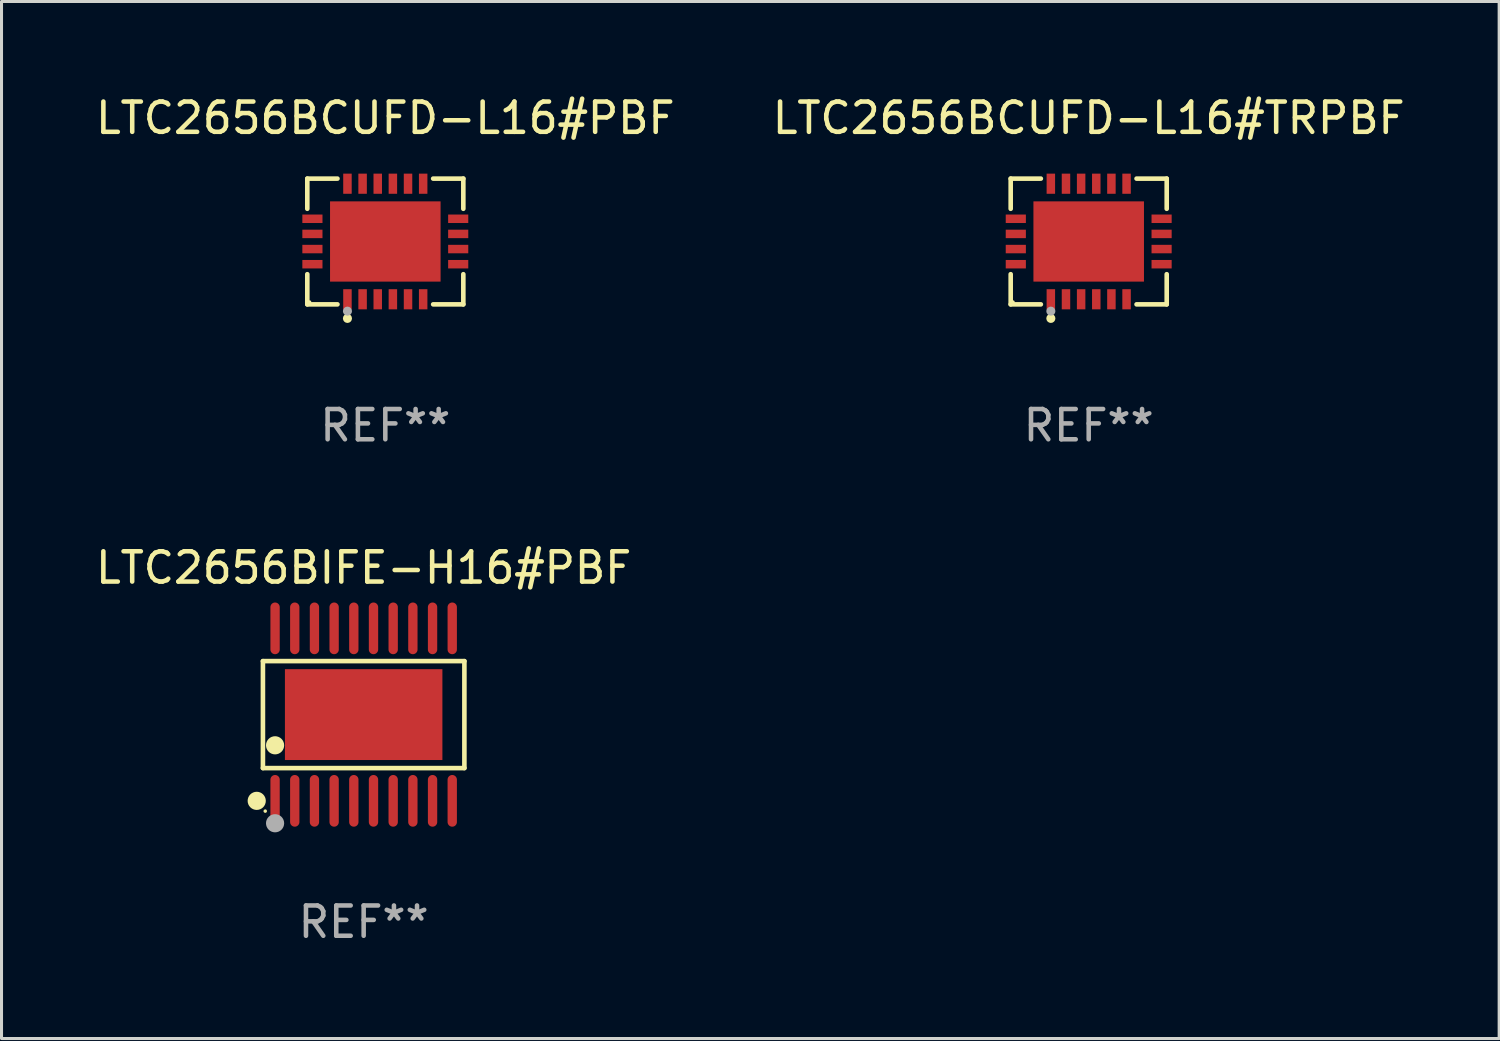
<source format=kicad_pcb>
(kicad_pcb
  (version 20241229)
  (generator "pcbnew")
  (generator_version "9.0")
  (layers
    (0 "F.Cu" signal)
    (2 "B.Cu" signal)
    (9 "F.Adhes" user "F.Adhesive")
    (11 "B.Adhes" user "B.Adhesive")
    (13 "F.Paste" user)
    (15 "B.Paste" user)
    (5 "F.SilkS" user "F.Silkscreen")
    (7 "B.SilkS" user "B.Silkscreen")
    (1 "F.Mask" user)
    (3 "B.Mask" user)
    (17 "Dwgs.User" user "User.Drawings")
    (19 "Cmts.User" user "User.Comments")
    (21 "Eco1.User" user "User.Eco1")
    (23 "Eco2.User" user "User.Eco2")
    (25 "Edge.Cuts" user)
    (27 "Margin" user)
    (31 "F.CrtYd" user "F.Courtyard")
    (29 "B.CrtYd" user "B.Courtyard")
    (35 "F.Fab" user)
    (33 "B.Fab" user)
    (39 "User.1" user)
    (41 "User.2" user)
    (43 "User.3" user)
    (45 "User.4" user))
  (footprint "LTC2656BIFE-H16#PBF"
    (layer "F.Cu")
    (at 8.958 20.546)
    (property "Reference" "LTC2656BIFE-H16#PBF" (at 0 -4.848 0) (layer "F.SilkS") (effects (font (size 1 1) (thickness 0.15))))
    (attr through_hole)
    (fp_line (start -3.326 -1.766) (end 3.326 -1.766) (stroke (width 0.152) (type solid)) (layer "F.SilkS"))
    (fp_line (start -3.326 1.766) (end -3.326 -1.766) (stroke (width 0.152) (type solid)) (layer "F.SilkS"))
    (fp_line (start 3.326 -1.766) (end 3.326 1.766) (stroke (width 0.152) (type solid)) (layer "F.SilkS"))
    (fp_line (start 3.326 1.766) (end -3.326 1.766) (stroke (width 0.152) (type solid)) (layer "F.SilkS"))
    (fp_circle (center -3.531 2.848) (end -3.381 2.848) (stroke (width 0.3) (type solid)) (fill no) (layer "F.SilkS"))
    (fp_circle (center -3.25 3.187) (end -3.22 3.187) (stroke (width 0.06) (type solid)) (fill no) (layer "F.SilkS"))
    (fp_circle (center -2.925 1.014) (end -2.775 1.014) (stroke (width 0.3) (type solid)) (fill no) (layer "F.SilkS"))
    (fp_circle (center -2.925 3.588) (end -2.775 3.588) (stroke (width 0.3) (type solid)) (fill no) (layer "F.Fab"))
    (fp_text user "REF**" (at 0 6.848 0) (layer "F.Fab") (effects (font (size 1 1) (thickness 0.15))))
    (pad "1" smd oval (at -2.925 2.848) (size 0.308 1.707) (layers "F.Cu" "F.Mask" "F.Paste"))
    (pad "2" smd oval (at -2.275 2.848) (size 0.308 1.707) (layers "F.Cu" "F.Mask" "F.Paste"))
    (pad "3" smd oval (at -1.625 2.848) (size 0.308 1.707) (layers "F.Cu" "F.Mask" "F.Paste"))
    (pad "4" smd oval (at -0.975 2.848) (size 0.308 1.707) (layers "F.Cu" "F.Mask" "F.Paste"))
    (pad "5" smd oval (at -0.325 2.848) (size 0.308 1.707) (layers "F.Cu" "F.Mask" "F.Paste"))
    (pad "6" smd oval (at 0.325 2.848) (size 0.308 1.707) (layers "F.Cu" "F.Mask" "F.Paste"))
    (pad "7" smd oval (at 0.975 2.848) (size 0.308 1.707) (layers "F.Cu" "F.Mask" "F.Paste"))
    (pad "8" smd oval (at 1.625 2.848) (size 0.308 1.707) (layers "F.Cu" "F.Mask" "F.Paste"))
    (pad "9" smd oval (at 2.275 2.848) (size 0.308 1.707) (layers "F.Cu" "F.Mask" "F.Paste"))
    (pad "10" smd oval (at 2.925 2.848) (size 0.308 1.707) (layers "F.Cu" "F.Mask" "F.Paste"))
    (pad "11" smd oval (at 2.925 -2.848) (size 0.308 1.707) (layers "F.Cu" "F.Mask" "F.Paste"))
    (pad "12" smd oval (at 2.275 -2.848) (size 0.308 1.707) (layers "F.Cu" "F.Mask" "F.Paste"))
    (pad "13" smd oval (at 1.625 -2.848) (size 0.308 1.707) (layers "F.Cu" "F.Mask" "F.Paste"))
    (pad "14" smd oval (at 0.975 -2.848) (size 0.308 1.707) (layers "F.Cu" "F.Mask" "F.Paste"))
    (pad "15" smd oval (at 0.325 -2.848) (size 0.308 1.707) (layers "F.Cu" "F.Mask" "F.Paste"))
    (pad "16" smd oval (at -0.325 -2.848) (size 0.308 1.707) (layers "F.Cu" "F.Mask" "F.Paste"))
    (pad "17" smd oval (at -0.975 -2.848) (size 0.308 1.707) (layers "F.Cu" "F.Mask" "F.Paste"))
    (pad "18" smd oval (at -1.625 -2.848) (size 0.308 1.707) (layers "F.Cu" "F.Mask" "F.Paste"))
    (pad "19" smd oval (at -2.275 -2.848) (size 0.308 1.707) (layers "F.Cu" "F.Mask" "F.Paste"))
    (pad "20" smd oval (at -2.925 -2.848) (size 0.308 1.707) (layers "F.Cu" "F.Mask" "F.Paste"))
    (pad "21" smd rect (at 0 0) (size 5.2 3) (layers "F.Cu" "F.Mask" "F.Paste")))
  (footprint "LTC2656BCUFD-L16#TRPBF"
    (layer "F.Cu")
    (at 32.899 4.924)
    (property "Reference" "LTC2656BCUFD-L16#TRPBF" (at 0 -4.076 0) (layer "F.SilkS") (effects (font (size 1 1) (thickness 0.15))))
    (attr through_hole)
    (fp_line (start -2.576 -2.076) (end -1.58 -2.076) (stroke (width 0.152) (type solid)) (layer "F.SilkS"))
    (fp_line (start -2.576 -1.08) (end -2.576 -2.076) (stroke (width 0.152) (type solid)) (layer "F.SilkS"))
    (fp_line (start -2.576 1.08) (end -2.576 2.076) (stroke (width 0.152) (type solid)) (layer "F.SilkS"))
    (fp_line (start -2.576 2.076) (end -1.58 2.076) (stroke (width 0.152) (type solid)) (layer "F.SilkS"))
    (fp_line (start 2.576 -2.076) (end 1.58 -2.076) (stroke (width 0.152) (type solid)) (layer "F.SilkS"))
    (fp_line (start 2.576 -1.08) (end 2.576 -2.076) (stroke (width 0.152) (type solid)) (layer "F.SilkS"))
    (fp_line (start 2.576 1.08) (end 2.576 2.076) (stroke (width 0.152) (type solid)) (layer "F.SilkS"))
    (fp_line (start 2.576 2.076) (end 1.58 2.076) (stroke (width 0.152) (type solid)) (layer "F.SilkS"))
    (fp_circle (center -2.5 2) (end -2.47 2) (stroke (width 0.06) (type solid)) (fill no) (layer "F.SilkS"))
    (fp_circle (center -1.25 2.54) (end -1.175 2.54) (stroke (width 0.15) (type solid)) (fill no) (layer "F.SilkS"))
    (fp_circle (center -1.25 2.3) (end -1.175 2.3) (stroke (width 0.15) (type solid)) (fill no) (layer "F.Fab"))
    (fp_text user "REF**" (at 0 6.076 0) (layer "F.Fab") (effects (font (size 1 1) (thickness 0.15))))
    (pad "1" smd rect (at -1.25 1.908) (size 0.28 0.665) (layers "F.Cu" "F.Mask" "F.Paste"))
    (pad "2" smd rect (at -0.75 1.908) (size 0.28 0.665) (layers "F.Cu" "F.Mask" "F.Paste"))
    (pad "3" smd rect (at -0.25 1.908) (size 0.28 0.665) (layers "F.Cu" "F.Mask" "F.Paste"))
    (pad "4" smd rect (at 0.25 1.908) (size 0.28 0.665) (layers "F.Cu" "F.Mask" "F.Paste"))
    (pad "5" smd rect (at 0.75 1.908) (size 0.28 0.665) (layers "F.Cu" "F.Mask" "F.Paste"))
    (pad "6" smd rect (at 1.25 1.908) (size 0.28 0.665) (layers "F.Cu" "F.Mask" "F.Paste"))
    (pad "7" smd rect (at 2.407 0.75) (size 0.665 0.28) (layers "F.Cu" "F.Mask" "F.Paste"))
    (pad "8" smd rect (at 2.407 0.25) (size 0.665 0.28) (layers "F.Cu" "F.Mask" "F.Paste"))
    (pad "9" smd rect (at 2.407 -0.25) (size 0.665 0.28) (layers "F.Cu" "F.Mask" "F.Paste"))
    (pad "10" smd rect (at 2.407 -0.75) (size 0.665 0.28) (layers "F.Cu" "F.Mask" "F.Paste"))
    (pad "11" smd rect (at 1.25 -1.908) (size 0.28 0.665) (layers "F.Cu" "F.Mask" "F.Paste"))
    (pad "12" smd rect (at 0.75 -1.908) (size 0.28 0.665) (layers "F.Cu" "F.Mask" "F.Paste"))
    (pad "13" smd rect (at 0.25 -1.908) (size 0.28 0.665) (layers "F.Cu" "F.Mask" "F.Paste"))
    (pad "14" smd rect (at -0.25 -1.908) (size 0.28 0.665) (layers "F.Cu" "F.Mask" "F.Paste"))
    (pad "15" smd rect (at -0.75 -1.908) (size 0.28 0.665) (layers "F.Cu" "F.Mask" "F.Paste"))
    (pad "16" smd rect (at -1.25 -1.908) (size 0.28 0.665) (layers "F.Cu" "F.Mask" "F.Paste"))
    (pad "17" smd rect (at -2.407 -0.75) (size 0.665 0.28) (layers "F.Cu" "F.Mask" "F.Paste"))
    (pad "18" smd rect (at -2.407 -0.25) (size 0.665 0.28) (layers "F.Cu" "F.Mask" "F.Paste"))
    (pad "19" smd rect (at -2.407 0.25) (size 0.665 0.28) (layers "F.Cu" "F.Mask" "F.Paste"))
    (pad "20" smd rect (at -2.407 0.75) (size 0.665 0.28) (layers "F.Cu" "F.Mask" "F.Paste"))
    (pad "21" smd rect (at 0 0) (size 3.65 2.65) (layers "F.Cu" "F.Mask" "F.Paste")))
  (footprint "LTC2656BCUFD-L16#PBF"
    (layer "F.Cu")
    (at 9.673 4.924)
    (property "Reference" "LTC2656BCUFD-L16#PBF" (at 0 -4.076 0) (layer "F.SilkS") (effects (font (size 1 1) (thickness 0.15))))
    (attr through_hole)
    (fp_line (start -2.576 -2.076) (end -1.58 -2.076) (stroke (width 0.152) (type solid)) (layer "F.SilkS"))
    (fp_line (start -2.576 -1.08) (end -2.576 -2.076) (stroke (width 0.152) (type solid)) (layer "F.SilkS"))
    (fp_line (start -2.576 1.08) (end -2.576 2.076) (stroke (width 0.152) (type solid)) (layer "F.SilkS"))
    (fp_line (start -2.576 2.076) (end -1.58 2.076) (stroke (width 0.152) (type solid)) (layer "F.SilkS"))
    (fp_line (start 2.576 -2.076) (end 1.58 -2.076) (stroke (width 0.152) (type solid)) (layer "F.SilkS"))
    (fp_line (start 2.576 -1.08) (end 2.576 -2.076) (stroke (width 0.152) (type solid)) (layer "F.SilkS"))
    (fp_line (start 2.576 1.08) (end 2.576 2.076) (stroke (width 0.152) (type solid)) (layer "F.SilkS"))
    (fp_line (start 2.576 2.076) (end 1.58 2.076) (stroke (width 0.152) (type solid)) (layer "F.SilkS"))
    (fp_circle (center -2.5 2) (end -2.47 2) (stroke (width 0.06) (type solid)) (fill no) (layer "F.SilkS"))
    (fp_circle (center -1.25 2.54) (end -1.175 2.54) (stroke (width 0.15) (type solid)) (fill no) (layer "F.SilkS"))
    (fp_circle (center -1.25 2.3) (end -1.175 2.3) (stroke (width 0.15) (type solid)) (fill no) (layer "F.Fab"))
    (fp_text user "REF**" (at 0 6.076 0) (layer "F.Fab") (effects (font (size 1 1) (thickness 0.15))))
    (pad "1" smd rect (at -1.25 1.908) (size 0.28 0.665) (layers "F.Cu" "F.Mask" "F.Paste"))
    (pad "2" smd rect (at -0.75 1.908) (size 0.28 0.665) (layers "F.Cu" "F.Mask" "F.Paste"))
    (pad "3" smd rect (at -0.25 1.908) (size 0.28 0.665) (layers "F.Cu" "F.Mask" "F.Paste"))
    (pad "4" smd rect (at 0.25 1.908) (size 0.28 0.665) (layers "F.Cu" "F.Mask" "F.Paste"))
    (pad "5" smd rect (at 0.75 1.908) (size 0.28 0.665) (layers "F.Cu" "F.Mask" "F.Paste"))
    (pad "6" smd rect (at 1.25 1.908) (size 0.28 0.665) (layers "F.Cu" "F.Mask" "F.Paste"))
    (pad "7" smd rect (at 2.407 0.75) (size 0.665 0.28) (layers "F.Cu" "F.Mask" "F.Paste"))
    (pad "8" smd rect (at 2.407 0.25) (size 0.665 0.28) (layers "F.Cu" "F.Mask" "F.Paste"))
    (pad "9" smd rect (at 2.407 -0.25) (size 0.665 0.28) (layers "F.Cu" "F.Mask" "F.Paste"))
    (pad "10" smd rect (at 2.407 -0.75) (size 0.665 0.28) (layers "F.Cu" "F.Mask" "F.Paste"))
    (pad "11" smd rect (at 1.25 -1.908) (size 0.28 0.665) (layers "F.Cu" "F.Mask" "F.Paste"))
    (pad "12" smd rect (at 0.75 -1.908) (size 0.28 0.665) (layers "F.Cu" "F.Mask" "F.Paste"))
    (pad "13" smd rect (at 0.25 -1.908) (size 0.28 0.665) (layers "F.Cu" "F.Mask" "F.Paste"))
    (pad "14" smd rect (at -0.25 -1.908) (size 0.28 0.665) (layers "F.Cu" "F.Mask" "F.Paste"))
    (pad "15" smd rect (at -0.75 -1.908) (size 0.28 0.665) (layers "F.Cu" "F.Mask" "F.Paste"))
    (pad "16" smd rect (at -1.25 -1.908) (size 0.28 0.665) (layers "F.Cu" "F.Mask" "F.Paste"))
    (pad "17" smd rect (at -2.407 -0.75) (size 0.665 0.28) (layers "F.Cu" "F.Mask" "F.Paste"))
    (pad "18" smd rect (at -2.407 -0.25) (size 0.665 0.28) (layers "F.Cu" "F.Mask" "F.Paste"))
    (pad "19" smd rect (at -2.407 0.25) (size 0.665 0.28) (layers "F.Cu" "F.Mask" "F.Paste"))
    (pad "20" smd rect (at -2.407 0.75) (size 0.665 0.28) (layers "F.Cu" "F.Mask" "F.Paste"))
    (pad "21" smd rect (at 0 0) (size 3.65 2.65) (layers "F.Cu" "F.Mask" "F.Paste")))
  (gr_rect
    (start -3 -3)
    (end 46.452 31.242)
    (stroke (width 0.1) (type default))
    (fill no)
    (layer "Edge.Cuts")))
</source>
